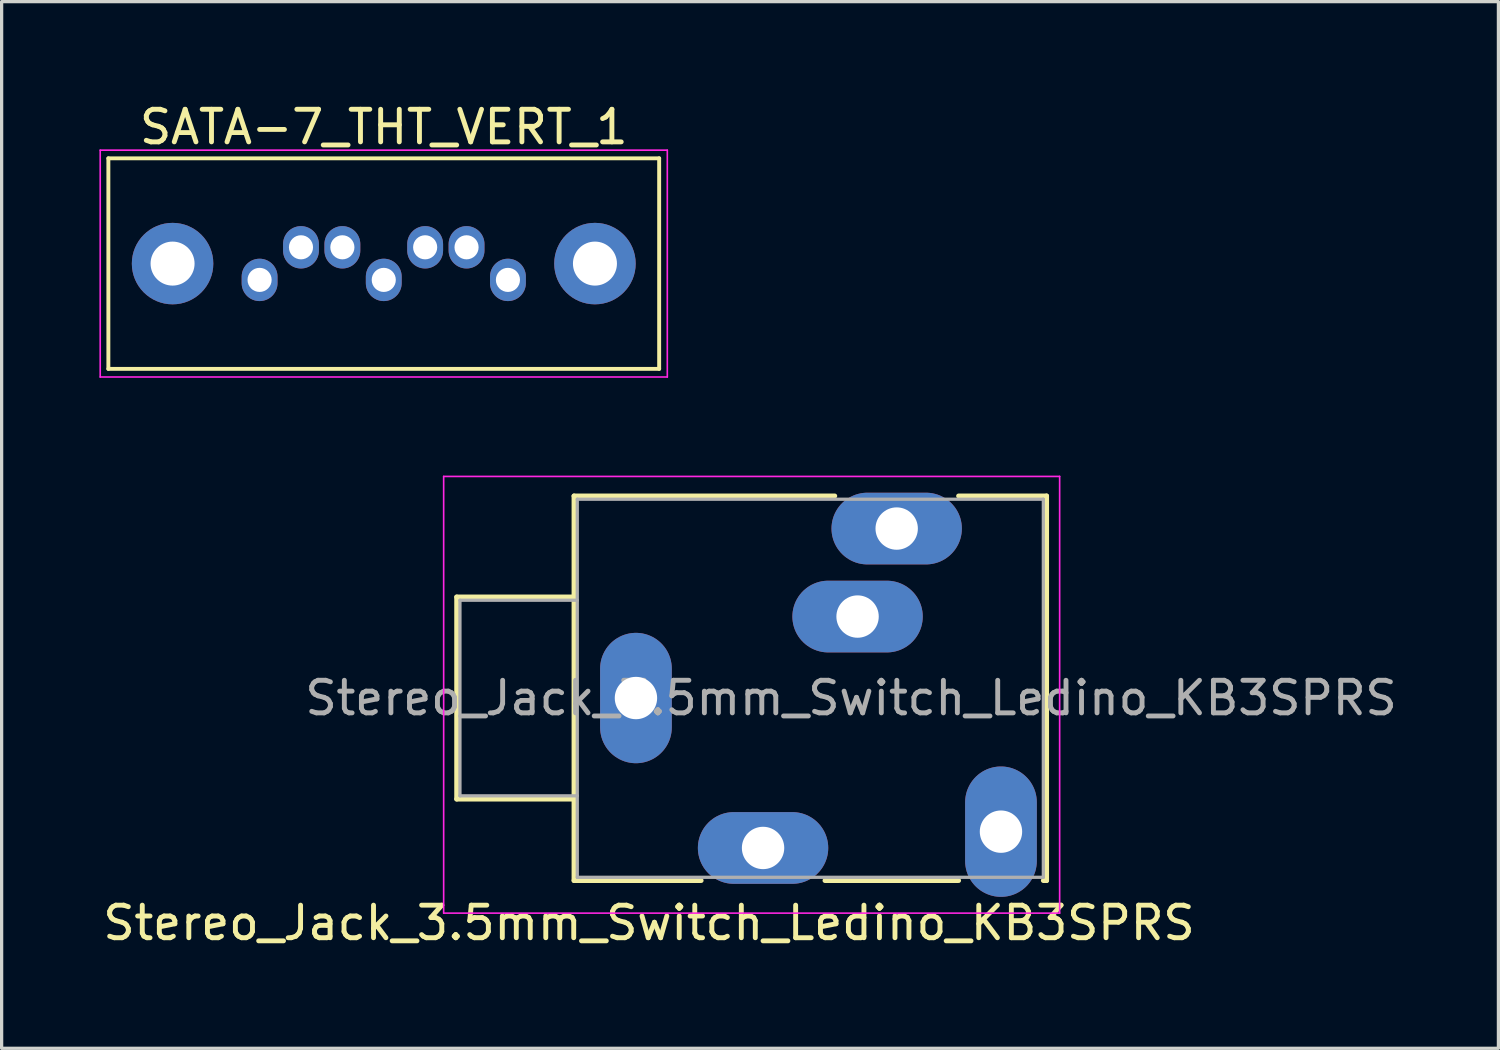
<source format=kicad_pcb>
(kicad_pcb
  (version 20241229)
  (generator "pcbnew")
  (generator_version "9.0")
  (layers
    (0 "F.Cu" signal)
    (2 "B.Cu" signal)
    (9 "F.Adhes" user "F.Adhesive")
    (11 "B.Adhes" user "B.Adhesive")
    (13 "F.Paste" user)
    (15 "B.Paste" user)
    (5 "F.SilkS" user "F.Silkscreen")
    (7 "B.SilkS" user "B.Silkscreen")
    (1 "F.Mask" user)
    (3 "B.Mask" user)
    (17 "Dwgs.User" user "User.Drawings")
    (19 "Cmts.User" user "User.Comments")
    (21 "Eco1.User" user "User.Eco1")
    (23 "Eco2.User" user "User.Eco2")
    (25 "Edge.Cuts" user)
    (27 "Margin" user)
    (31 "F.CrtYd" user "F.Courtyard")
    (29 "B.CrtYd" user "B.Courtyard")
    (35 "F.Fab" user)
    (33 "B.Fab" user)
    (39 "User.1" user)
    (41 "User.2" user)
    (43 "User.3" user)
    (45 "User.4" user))
  (footprint "Stereo_Jack_3.5mm_Switch_Ledino_KB3SPRS"
    (layer "F.Cu")
    (at 20.363 22.968)
    (property "Reference" "Stereo_Jack_3.5mm_Switch_Ledino_KB3SPRS" (at -3.5 2.3 0) (layer "F.SilkS") (effects (font (size 1 1) (thickness 0.15))))
    (attr through_hole)
    (fp_line (start -9.4 -7.7) (end -9.4 -1.5) (stroke (width 0.15) (type solid)) (layer "F.SilkS"))
    (fp_line (start -9.4 -1.5) (end -5.8 -1.5) (stroke (width 0.15) (type solid)) (layer "F.SilkS"))
    (fp_line (start -5.8 -10.8) (end 2.2 -10.8) (stroke (width 0.15) (type solid)) (layer "F.SilkS"))
    (fp_line (start -5.8 -7.7) (end -9.4 -7.7) (stroke (width 0.15) (type solid)) (layer "F.SilkS"))
    (fp_line (start -5.8 1) (end -5.8 -10.8) (stroke (width 0.15) (type solid)) (layer "F.SilkS"))
    (fp_line (start -1.9 1) (end -5.8 1) (stroke (width 0.15) (type solid)) (layer "F.SilkS"))
    (fp_line (start 6 -10.8) (end 8.7 -10.8) (stroke (width 0.15) (type solid)) (layer "F.SilkS"))
    (fp_line (start 6 1) (end 1.9 1) (stroke (width 0.15) (type solid)) (layer "F.SilkS"))
    (fp_line (start 8.7 -10.8) (end 8.7 1) (stroke (width 0.15) (type solid)) (layer "F.SilkS"))
    (fp_line (start 8.7 1) (end 8.6 1) (stroke (width 0.15) (type solid)) (layer "F.SilkS"))
    (fp_line (start -9.8 -11.4) (end -9.8 2) (stroke (width 0.05) (type solid)) (layer "F.CrtYd"))
    (fp_line (start -9.8 2) (end 9.1 2) (stroke (width 0.05) (type solid)) (layer "F.CrtYd"))
    (fp_line (start 9.1 -11.4) (end -9.8 -11.4) (stroke (width 0.05) (type solid)) (layer "F.CrtYd"))
    (fp_line (start 9.1 2) (end 9.1 -11.4) (stroke (width 0.05) (type solid)) (layer "F.CrtYd"))
    (fp_line (start -9.3 -7.6) (end -9.3 -1.6) (stroke (width 0.1) (type solid)) (layer "F.Fab"))
    (fp_line (start -9.3 -7.6) (end -5.7 -7.6) (stroke (width 0.1) (type solid)) (layer "F.Fab"))
    (fp_line (start -9.3 -1.6) (end -5.7 -1.6) (stroke (width 0.1) (type solid)) (layer "F.Fab"))
    (fp_line (start -5.7 -10.7) (end -5.7 0.9) (stroke (width 0.1) (type solid)) (layer "F.Fab"))
    (fp_line (start -5.7 0.9) (end 8.6 0.9) (stroke (width 0.1) (type solid)) (layer "F.Fab"))
    (fp_line (start 8.6 -10.7) (end -5.7 -10.7) (stroke (width 0.1) (type solid)) (layer "F.Fab"))
    (fp_line (start 8.6 0.9) (end 8.6 -10.7) (stroke (width 0.1) (type solid)) (layer "F.Fab"))
    (fp_text user "${REFERENCE}" (at 2.7 -4.6 0) (layer "F.Fab") (effects (font (size 1 1) (thickness 0.15))))
    (pad "1" thru_hole oval (at 0 0) (size 4 2.2) (drill 1.3) (layers "*.Cu" "*.Mask"))
    (pad "2" thru_hole oval (at 4.1 -9.8) (size 4 2.2) (drill 1.3) (layers "*.Cu" "*.Mask"))
    (pad "3" thru_hole oval (at -3.9 -4.6) (size 2.2 4) (drill 1.3) (layers "*.Cu" "*.Mask"))
    (pad "4" thru_hole oval (at 7.3 -0.5 90) (size 4 2.2) (drill 1.3) (layers "*.Cu" "*.Mask"))
    (pad "5" thru_hole oval (at 2.9 -7.1) (size 4 2.2) (drill 1.3) (layers "*.Cu" "*.Mask")))
  (footprint "SATA-7_THT_VERT_1"
    (layer "F.Cu")
    (at 12.535 5.538)
    (property "Reference" "SATA-7_THT_VERT_1" (at -3.81 -4.69 0) (layer "F.SilkS") (effects (font (size 1 1) (thickness 0.15))))
    (attr through_hole)
    (fp_line (start -12.26 -3.73) (end 4.64 -3.73) (stroke (width 0.12) (type solid)) (layer "F.SilkS"))
    (fp_line (start -12.26 2.73) (end -12.26 -3.73) (stroke (width 0.12) (type solid)) (layer "F.SilkS"))
    (fp_line (start 4.64 -3.73) (end 4.64 2.73) (stroke (width 0.12) (type solid)) (layer "F.SilkS"))
    (fp_line (start 4.64 2.73) (end -12.26 2.73) (stroke (width 0.12) (type solid)) (layer "F.SilkS"))
    (fp_line (start -12.51 -3.98) (end -12.51 2.98) (stroke (width 0.05) (type solid)) (layer "F.CrtYd"))
    (fp_line (start -12.51 -3.98) (end 4.89 -3.98) (stroke (width 0.05) (type solid)) (layer "F.CrtYd"))
    (fp_line (start 4.89 2.98) (end -12.51 2.98) (stroke (width 0.05) (type solid)) (layer "F.CrtYd"))
    (fp_line (start 4.89 2.98) (end 4.89 -3.98) (stroke (width 0.05) (type solid)) (layer "F.CrtYd"))
    (pad "1" thru_hole oval (at 0 0) (size 1.1 1.3) (drill 0.74) (layers "*.Cu" "*.Mask"))
    (pad "2" thru_hole oval (at -1.27 -1) (size 1.1 1.3) (drill 0.74) (layers "*.Cu" "*.Mask"))
    (pad "3" thru_hole oval (at -2.54 -1) (size 1.1 1.3) (drill 0.74) (layers "*.Cu" "*.Mask"))
    (pad "4" thru_hole oval (at -3.81 0) (size 1.1 1.3) (drill 0.74) (layers "*.Cu" "*.Mask"))
    (pad "5" thru_hole oval (at -5.08 -1) (size 1.1 1.3) (drill 0.74) (layers "*.Cu" "*.Mask"))
    (pad "6" thru_hole oval (at -6.35 -1) (size 1.1 1.3) (drill 0.74) (layers "*.Cu" "*.Mask"))
    (pad "7" thru_hole oval (at -7.62 0) (size 1.1 1.3) (drill 0.74) (layers "*.Cu" "*.Mask"))
    (pad "8" thru_hole circle (at -10.29 -0.5) (size 2.5 2.5) (drill 1.35) (layers "*.Cu" "*.Mask"))
    (pad "9" thru_hole circle (at 2.67 -0.5) (size 2.5 2.5) (drill 1.35) (layers "*.Cu" "*.Mask")))
  (gr_rect
    (start -3 -3)
    (end 42.926 29.116)
    (stroke (width 0.1) (type default))
    (fill no)
    (layer "Edge.Cuts")))
</source>
